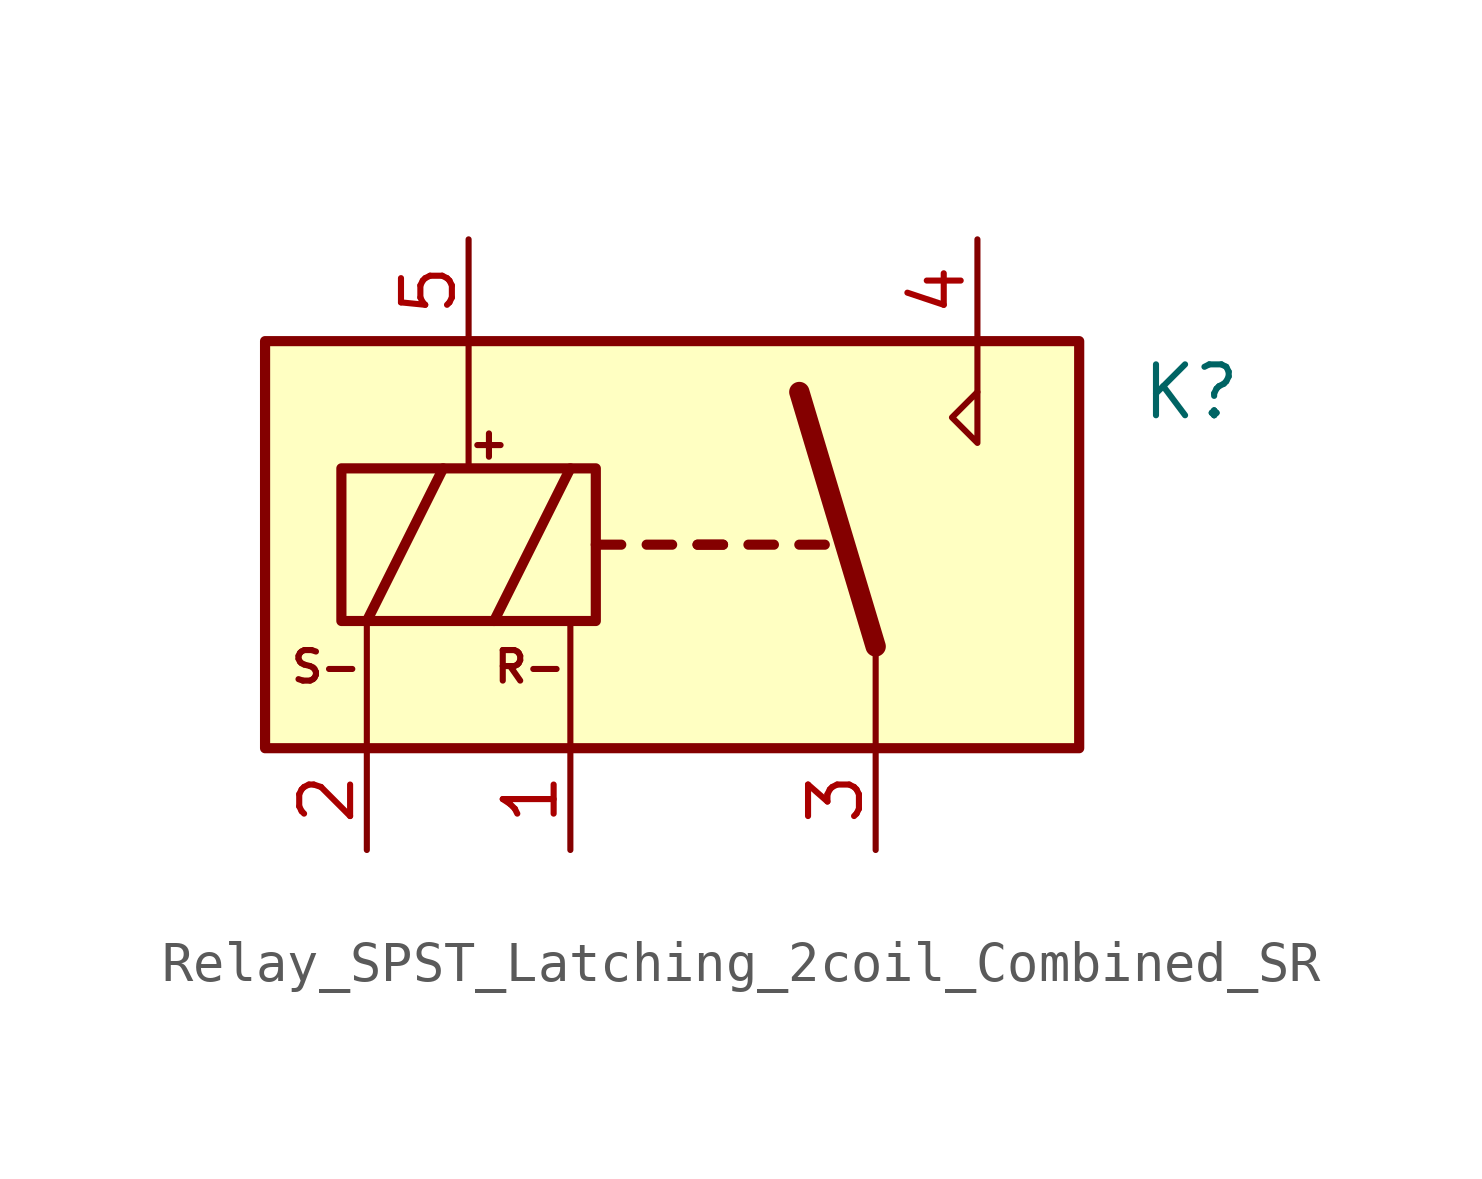
<source format=kicad_sym>
(kicad_symbol_lib
  (version 20241209)
  (generator "kicad_symbol_editor")
  (generator_version "9.0")
  (symbol "Relay_SPST_Latching_2coil_Combined_SR"
    (property "Reference" "K"
      (at 12.954 5.08 0)
      (effects (font (size 1.27 1.27))))
    (property "Value" ""
      (at 0 0 0)
      (effects (font (size 1.27 1.27))))
    (symbol "Relay_SPST_Latching_2coil_Combined_SR_0_1"
      (polyline (pts (xy -7.62 -3.81) (xy -7.62 -0.635)) (stroke (width 0) (type default)) (fill (type none)))
      (polyline (pts (xy -5.08 6.35) (xy -5.08 3.175)) (stroke (width 0) (type default)) (fill (type none)))
      (polyline (pts (xy -2.54 -3.81) (xy -2.54 -0.635)) (stroke (width 0) (type default)) (fill (type none))))
    (symbol "Relay_SPST_Latching_2coil_Combined_SR_1_1"
      (rectangle (start -10.16 6.35) (end 10.16 -3.81) (stroke (width 0.254) (type default)) (fill (type background)))
      (rectangle (start -8.255 3.175) (end -1.905 -0.635) (stroke (width 0.254) (type default)) (fill (type none)))
      (polyline (pts (xy -7.62 -0.635) (xy -5.715 3.175)) (stroke (width 0.254) (type default)) (fill (type none)))
      (polyline (pts (xy -4.445 -0.635) (xy -2.54 3.175)) (stroke (width 0.254) (type default)) (fill (type none)))
      (polyline (pts (xy -1.905 1.27) (xy -1.27 1.27)) (stroke (width 0.254) (type default)) (fill (type none)))
      (polyline (pts (xy -0.635 1.27) (xy 0 1.27)) (stroke (width 0.254) (type default)) (fill (type none)))
      (polyline (pts (xy 0.635 1.27) (xy 1.27 1.27)) (stroke (width 0.254) (type default)) (fill (type none)))
      (polyline (pts (xy 0.635 1.27) (xy 1.27 1.27)) (stroke (width 0.254) (type default)) (fill (type none)))
      (polyline (pts (xy 1.905 1.27) (xy 2.54 1.27)) (stroke (width 0.254) (type default)) (fill (type none)))
      (polyline (pts (xy 3.175 1.27) (xy 3.81 1.27)) (stroke (width 0.254) (type default)) (fill (type none)))
      (polyline (pts (xy 5.08 -1.27) (xy 3.175 5.08)) (stroke (width 0.508) (type default)) (fill (type none)))
      (polyline (pts (xy 5.08 -1.27) (xy 5.08 -3.81)) (stroke (width 0) (type default)) (fill (type none)))
      (polyline (pts (xy 7.62 5.08) (xy 7.62 6.35)) (stroke (width 0) (type default)) (fill (type none)))
      (polyline (pts (xy 7.62 5.08) (xy 7.62 3.81) (xy 6.985 4.445) (xy 7.62 5.08)) (stroke (width 0) (type default)) (fill (type none)))
      (text "S-" (at -8.636 -1.778 0) (effects (font (size 0.762 0.762))))
      (text "+" (at -4.572 3.81 0) (effects (font (size 0.762 0.762))))
      (text "R-" (at -3.556 -1.778 0) (effects (font (size 0.762 0.762))))
      (pin passive line (at -7.62 -6.35 90) (length 2.54) (name "~" (effects (font (size 1.27 1.27)))) (number "2" (effects (font (size 1.27 1.27)))))
      (pin passive line (at -5.08 8.89 270) (length 2.54) (name "~" (effects (font (size 1.27 1.27)))) (number "5" (effects (font (size 1.27 1.27)))))
      (pin passive line (at -2.54 -6.35 90) (length 2.54) (name "~" (effects (font (size 1.27 1.27)))) (number "1" (effects (font (size 1.27 1.27)))))
      (pin passive line (at 5.08 -6.35 90) (length 2.54) (name "~" (effects (font (size 1.27 1.27)))) (number "3" (effects (font (size 1.27 1.27)))))
      (pin passive line (at 7.62 8.89 270) (length 2.54) (name "~" (effects (font (size 1.27 1.27)))) (number "4" (effects (font (size 1.27 1.27))))))))
</source>
